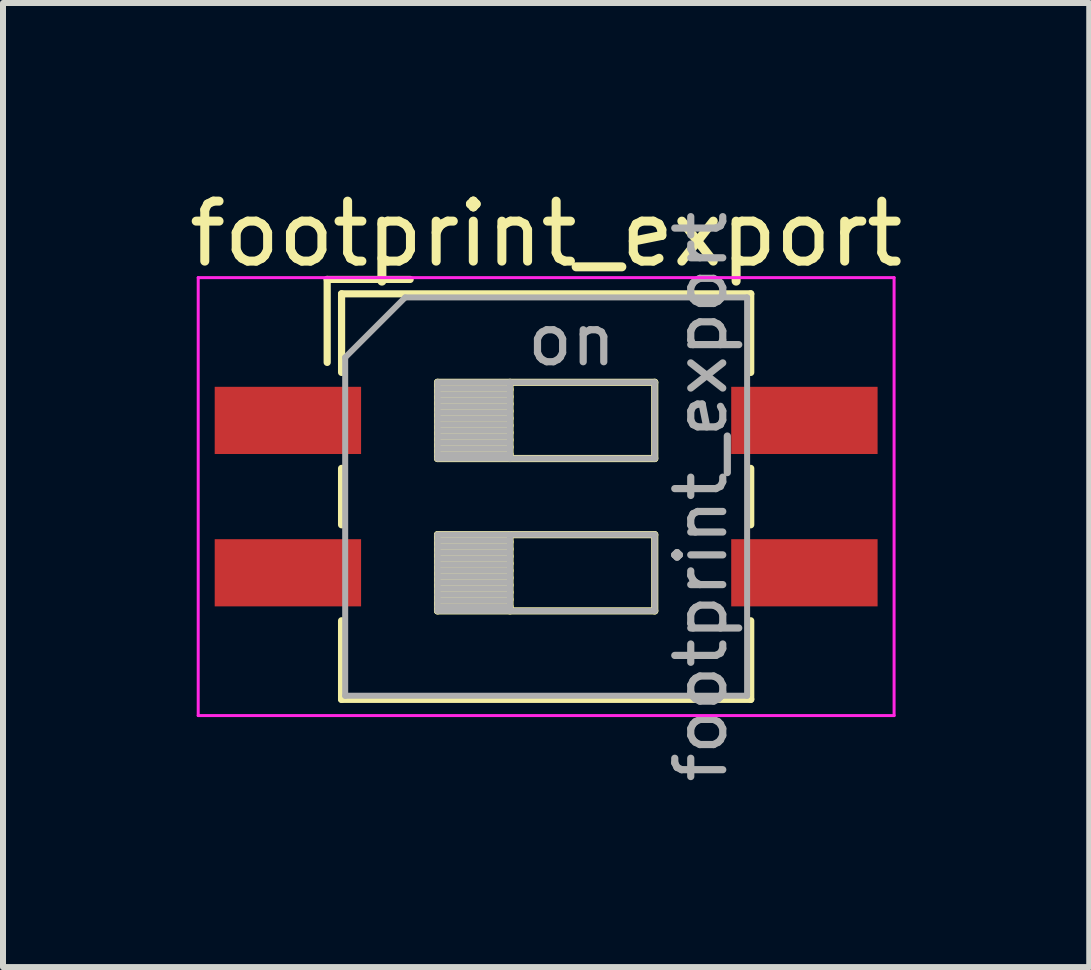
<source format=kicad_pcb>
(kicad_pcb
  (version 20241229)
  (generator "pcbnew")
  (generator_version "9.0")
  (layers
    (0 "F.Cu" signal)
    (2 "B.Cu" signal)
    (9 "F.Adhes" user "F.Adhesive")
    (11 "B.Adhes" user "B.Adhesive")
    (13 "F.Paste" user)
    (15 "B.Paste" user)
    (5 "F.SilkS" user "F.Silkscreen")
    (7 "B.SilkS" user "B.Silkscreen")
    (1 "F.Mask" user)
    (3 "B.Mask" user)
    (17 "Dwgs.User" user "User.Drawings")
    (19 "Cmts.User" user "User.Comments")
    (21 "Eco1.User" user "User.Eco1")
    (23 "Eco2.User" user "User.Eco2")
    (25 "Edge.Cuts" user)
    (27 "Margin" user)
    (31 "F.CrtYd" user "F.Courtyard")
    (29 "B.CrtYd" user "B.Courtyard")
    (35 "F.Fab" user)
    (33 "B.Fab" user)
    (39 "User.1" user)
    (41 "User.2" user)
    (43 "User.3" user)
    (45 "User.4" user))
  (footprint "footprint_export"
    (layer "F.Cu")
    (at 6.054 5.228)
    (property "Reference" "footprint_export" (at 0 -4.38 0) (layer "F.SilkS") (effects (font (size 1 1) (thickness 0.15))))
    (attr smd)
    (fp_line (start -3.65 -3.62) (end -3.65 -2.237) (stroke (width 0.12) (type solid)) (layer "F.SilkS"))
    (fp_line (start -3.65 -3.62) (end -2.267 -3.62) (stroke (width 0.12) (type solid)) (layer "F.SilkS"))
    (fp_line (start -3.41 -3.38) (end -3.41 -2.07) (stroke (width 0.12) (type solid)) (layer "F.SilkS"))
    (fp_line (start -3.41 -3.38) (end 3.41 -3.38) (stroke (width 0.12) (type solid)) (layer "F.SilkS"))
    (fp_line (start -3.41 -0.47) (end -3.41 0.47) (stroke (width 0.12) (type solid)) (layer "F.SilkS"))
    (fp_line (start -3.41 2.07) (end -3.41 3.38) (stroke (width 0.12) (type solid)) (layer "F.SilkS"))
    (fp_line (start -3.41 3.38) (end 3.41 3.38) (stroke (width 0.12) (type solid)) (layer "F.SilkS"))
    (fp_line (start -1.81 -1.905) (end -1.81 -0.635) (stroke (width 0.12) (type solid)) (layer "F.SilkS"))
    (fp_line (start -1.81 -1.785) (end -0.603 -1.785) (stroke (width 0.12) (type solid)) (layer "F.SilkS"))
    (fp_line (start -1.81 -1.665) (end -0.603 -1.665) (stroke (width 0.12) (type solid)) (layer "F.SilkS"))
    (fp_line (start -1.81 -1.545) (end -0.603 -1.545) (stroke (width 0.12) (type solid)) (layer "F.SilkS"))
    (fp_line (start -1.81 -1.425) (end -0.603 -1.425) (stroke (width 0.12) (type solid)) (layer "F.SilkS"))
    (fp_line (start -1.81 -1.305) (end -0.603 -1.305) (stroke (width 0.12) (type solid)) (layer "F.SilkS"))
    (fp_line (start -1.81 -1.185) (end -0.603 -1.185) (stroke (width 0.12) (type solid)) (layer "F.SilkS"))
    (fp_line (start -1.81 -1.065) (end -0.603 -1.065) (stroke (width 0.12) (type solid)) (layer "F.SilkS"))
    (fp_line (start -1.81 -0.945) (end -0.603 -0.945) (stroke (width 0.12) (type solid)) (layer "F.SilkS"))
    (fp_line (start -1.81 -0.825) (end -0.603 -0.825) (stroke (width 0.12) (type solid)) (layer "F.SilkS"))
    (fp_line (start -1.81 -0.705) (end -0.603 -0.705) (stroke (width 0.12) (type solid)) (layer "F.SilkS"))
    (fp_line (start -1.81 -0.635) (end 1.81 -0.635) (stroke (width 0.12) (type solid)) (layer "F.SilkS"))
    (fp_line (start -1.81 0.635) (end -1.81 1.905) (stroke (width 0.12) (type solid)) (layer "F.SilkS"))
    (fp_line (start -1.81 0.755) (end -0.603 0.755) (stroke (width 0.12) (type solid)) (layer "F.SilkS"))
    (fp_line (start -1.81 0.875) (end -0.603 0.875) (stroke (width 0.12) (type solid)) (layer "F.SilkS"))
    (fp_line (start -1.81 0.995) (end -0.603 0.995) (stroke (width 0.12) (type solid)) (layer "F.SilkS"))
    (fp_line (start -1.81 1.115) (end -0.603 1.115) (stroke (width 0.12) (type solid)) (layer "F.SilkS"))
    (fp_line (start -1.81 1.235) (end -0.603 1.235) (stroke (width 0.12) (type solid)) (layer "F.SilkS"))
    (fp_line (start -1.81 1.355) (end -0.603 1.355) (stroke (width 0.12) (type solid)) (layer "F.SilkS"))
    (fp_line (start -1.81 1.475) (end -0.603 1.475) (stroke (width 0.12) (type solid)) (layer "F.SilkS"))
    (fp_line (start -1.81 1.595) (end -0.603 1.595) (stroke (width 0.12) (type solid)) (layer "F.SilkS"))
    (fp_line (start -1.81 1.715) (end -0.603 1.715) (stroke (width 0.12) (type solid)) (layer "F.SilkS"))
    (fp_line (start -1.81 1.835) (end -0.603 1.835) (stroke (width 0.12) (type solid)) (layer "F.SilkS"))
    (fp_line (start -1.81 1.905) (end 1.81 1.905) (stroke (width 0.12) (type solid)) (layer "F.SilkS"))
    (fp_line (start -0.603 -1.905) (end -0.603 -0.635) (stroke (width 0.12) (type solid)) (layer "F.SilkS"))
    (fp_line (start -0.603 0.635) (end -0.603 1.905) (stroke (width 0.12) (type solid)) (layer "F.SilkS"))
    (fp_line (start 1.81 -1.905) (end -1.81 -1.905) (stroke (width 0.12) (type solid)) (layer "F.SilkS"))
    (fp_line (start 1.81 -0.635) (end 1.81 -1.905) (stroke (width 0.12) (type solid)) (layer "F.SilkS"))
    (fp_line (start 1.81 0.635) (end -1.81 0.635) (stroke (width 0.12) (type solid)) (layer "F.SilkS"))
    (fp_line (start 1.81 1.905) (end 1.81 0.635) (stroke (width 0.12) (type solid)) (layer "F.SilkS"))
    (fp_line (start 3.41 -3.38) (end 3.41 -2.07) (stroke (width 0.12) (type solid)) (layer "F.SilkS"))
    (fp_line (start 3.41 -0.47) (end 3.41 0.47) (stroke (width 0.12) (type solid)) (layer "F.SilkS"))
    (fp_line (start 3.41 2.07) (end 3.41 3.38) (stroke (width 0.12) (type solid)) (layer "F.SilkS"))
    (fp_line (start -5.8 -3.65) (end -5.8 3.65) (stroke (width 0.05) (type solid)) (layer "F.CrtYd"))
    (fp_line (start -5.8 3.65) (end 5.8 3.65) (stroke (width 0.05) (type solid)) (layer "F.CrtYd"))
    (fp_line (start 5.8 -3.65) (end -5.8 -3.65) (stroke (width 0.05) (type solid)) (layer "F.CrtYd"))
    (fp_line (start 5.8 3.65) (end 5.8 -3.65) (stroke (width 0.05) (type solid)) (layer "F.CrtYd"))
    (fp_line (start -3.35 -2.32) (end -2.35 -3.32) (stroke (width 0.1) (type solid)) (layer "F.Fab"))
    (fp_line (start -3.35 3.32) (end -3.35 -2.32) (stroke (width 0.1) (type solid)) (layer "F.Fab"))
    (fp_line (start -2.35 -3.32) (end 3.35 -3.32) (stroke (width 0.1) (type solid)) (layer "F.Fab"))
    (fp_line (start -1.81 -1.905) (end -1.81 -0.635) (stroke (width 0.1) (type solid)) (layer "F.Fab"))
    (fp_line (start -1.81 -1.805) (end -0.603 -1.805) (stroke (width 0.1) (type solid)) (layer "F.Fab"))
    (fp_line (start -1.81 -1.705) (end -0.603 -1.705) (stroke (width 0.1) (type solid)) (layer "F.Fab"))
    (fp_line (start -1.81 -1.605) (end -0.603 -1.605) (stroke (width 0.1) (type solid)) (layer "F.Fab"))
    (fp_line (start -1.81 -1.505) (end -0.603 -1.505) (stroke (width 0.1) (type solid)) (layer "F.Fab"))
    (fp_line (start -1.81 -1.405) (end -0.603 -1.405) (stroke (width 0.1) (type solid)) (layer "F.Fab"))
    (fp_line (start -1.81 -1.305) (end -0.603 -1.305) (stroke (width 0.1) (type solid)) (layer "F.Fab"))
    (fp_line (start -1.81 -1.205) (end -0.603 -1.205) (stroke (width 0.1) (type solid)) (layer "F.Fab"))
    (fp_line (start -1.81 -1.105) (end -0.603 -1.105) (stroke (width 0.1) (type solid)) (layer "F.Fab"))
    (fp_line (start -1.81 -1.005) (end -0.603 -1.005) (stroke (width 0.1) (type solid)) (layer "F.Fab"))
    (fp_line (start -1.81 -0.905) (end -0.603 -0.905) (stroke (width 0.1) (type solid)) (layer "F.Fab"))
    (fp_line (start -1.81 -0.805) (end -0.603 -0.805) (stroke (width 0.1) (type solid)) (layer "F.Fab"))
    (fp_line (start -1.81 -0.705) (end -0.603 -0.705) (stroke (width 0.1) (type solid)) (layer "F.Fab"))
    (fp_line (start -1.81 -0.635) (end 1.81 -0.635) (stroke (width 0.1) (type solid)) (layer "F.Fab"))
    (fp_line (start -1.81 0.635) (end -1.81 1.905) (stroke (width 0.1) (type solid)) (layer "F.Fab"))
    (fp_line (start -1.81 0.735) (end -0.603 0.735) (stroke (width 0.1) (type solid)) (layer "F.Fab"))
    (fp_line (start -1.81 0.835) (end -0.603 0.835) (stroke (width 0.1) (type solid)) (layer "F.Fab"))
    (fp_line (start -1.81 0.935) (end -0.603 0.935) (stroke (width 0.1) (type solid)) (layer "F.Fab"))
    (fp_line (start -1.81 1.035) (end -0.603 1.035) (stroke (width 0.1) (type solid)) (layer "F.Fab"))
    (fp_line (start -1.81 1.135) (end -0.603 1.135) (stroke (width 0.1) (type solid)) (layer "F.Fab"))
    (fp_line (start -1.81 1.235) (end -0.603 1.235) (stroke (width 0.1) (type solid)) (layer "F.Fab"))
    (fp_line (start -1.81 1.335) (end -0.603 1.335) (stroke (width 0.1) (type solid)) (layer "F.Fab"))
    (fp_line (start -1.81 1.435) (end -0.603 1.435) (stroke (width 0.1) (type solid)) (layer "F.Fab"))
    (fp_line (start -1.81 1.535) (end -0.603 1.535) (stroke (width 0.1) (type solid)) (layer "F.Fab"))
    (fp_line (start -1.81 1.635) (end -0.603 1.635) (stroke (width 0.1) (type solid)) (layer "F.Fab"))
    (fp_line (start -1.81 1.735) (end -0.603 1.735) (stroke (width 0.1) (type solid)) (layer "F.Fab"))
    (fp_line (start -1.81 1.835) (end -0.603 1.835) (stroke (width 0.1) (type solid)) (layer "F.Fab"))
    (fp_line (start -1.81 1.905) (end 1.81 1.905) (stroke (width 0.1) (type solid)) (layer "F.Fab"))
    (fp_line (start -0.603 -1.905) (end -0.603 -0.635) (stroke (width 0.1) (type solid)) (layer "F.Fab"))
    (fp_line (start -0.603 0.635) (end -0.603 1.905) (stroke (width 0.1) (type solid)) (layer "F.Fab"))
    (fp_line (start 1.81 -1.905) (end -1.81 -1.905) (stroke (width 0.1) (type solid)) (layer "F.Fab"))
    (fp_line (start 1.81 -0.635) (end 1.81 -1.905) (stroke (width 0.1) (type solid)) (layer "F.Fab"))
    (fp_line (start 1.81 0.635) (end -1.81 0.635) (stroke (width 0.1) (type solid)) (layer "F.Fab"))
    (fp_line (start 1.81 1.905) (end 1.81 0.635) (stroke (width 0.1) (type solid)) (layer "F.Fab"))
    (fp_line (start 3.35 -3.32) (end 3.35 3.32) (stroke (width 0.1) (type solid)) (layer "F.Fab"))
    (fp_line (start 3.35 3.32) (end -3.35 3.32) (stroke (width 0.1) (type solid)) (layer "F.Fab"))
    (fp_text user "${REFERENCE}" (at 2.58 0 90) (layer "F.Fab") (effects (font (size 0.8 0.8) (thickness 0.12))))
    (fp_text user "on" (at 0.427 -2.612 0) (layer "F.Fab") (effects (font (size 0.8 0.8) (thickness 0.12))))
    (pad "1" smd rect (at -4.305 -1.27) (size 2.44 1.12) (layers "F.Cu" "F.Mask" "F.Paste"))
    (pad "2" smd rect (at -4.305 1.27) (size 2.44 1.12) (layers "F.Cu" "F.Mask" "F.Paste"))
    (pad "3" smd rect (at 4.305 1.27) (size 2.44 1.12) (layers "F.Cu" "F.Mask" "F.Paste"))
    (pad "4" smd rect (at 4.305 -1.27) (size 2.44 1.12) (layers "F.Cu" "F.Mask" "F.Paste")))
  (gr_rect
    (start -3 -3)
    (end 15.107 13.071)
    (stroke (width 0.1) (type default))
    (fill no)
    (layer "Edge.Cuts")))
</source>
